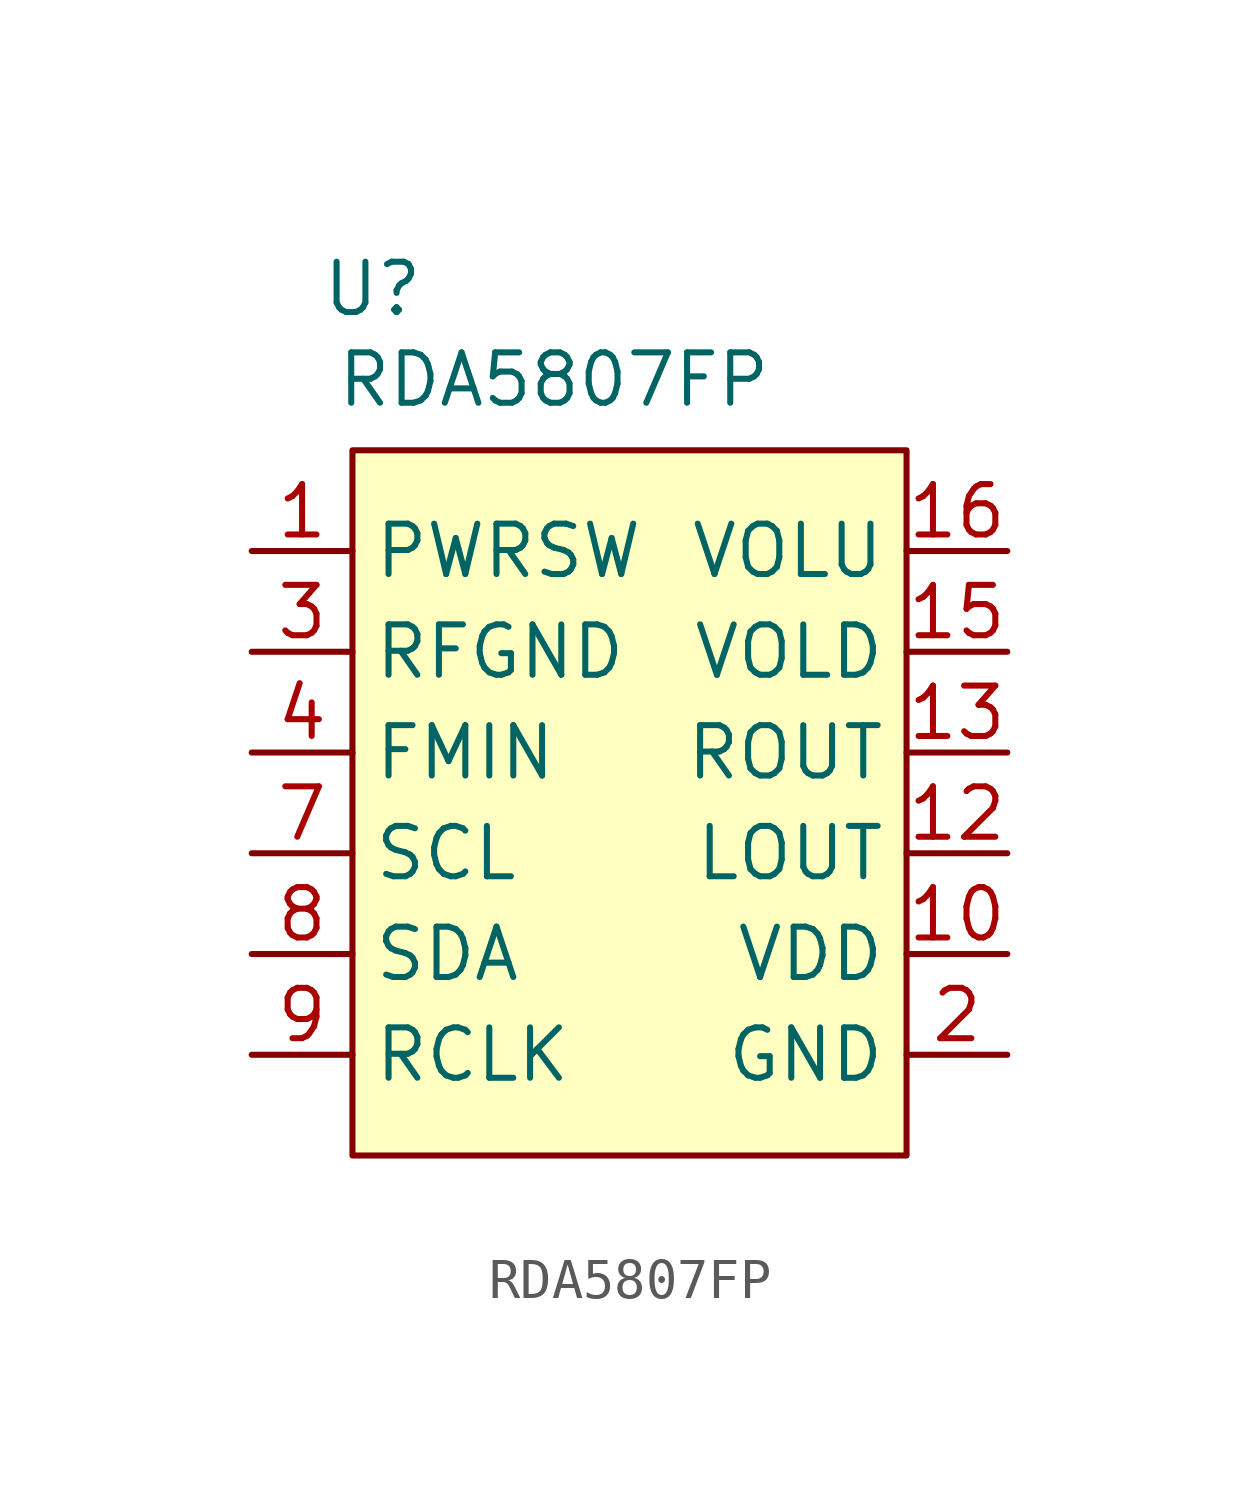
<source format=kicad_sym>
(kicad_symbol_lib
  (version 20231120)
  (generator "kicad_symbol_editor")
  (generator_version "8.0")
  (symbol "RDA5807FP"
    (property "Reference" "U"
      (at -5.842 12.954 0)
      (effects (font (size 1.27 1.27))))
    (property "Value" "RDA5807FP"
      (at -1.27 10.668 0)
      (effects (font (size 1.27 1.27))))
    (symbol "RDA5807FP_1_1"
      (rectangle (start -6.35 8.89) (end 7.62 -8.89) (stroke (width 0) (type default)) (fill (type background)))
      (pin bidirectional line (at -8.89 6.35 0) (length 2.54) (name "PWRSW" (effects (font (size 1.27 1.27)))) (number "1" (effects (font (size 1.27 1.27)))))
      (pin power_in line (at 10.16 -3.81 180) (length 2.54) (name "VDD" (effects (font (size 1.27 1.27)))) (number "10" (effects (font (size 1.27 1.27)))))
      (pin power_in line (at 10.16 -6.35 180) (length 2.54) hide (name "GND" (effects (font (size 1.27 1.27)))) (number "11" (effects (font (size 1.27 1.27)))))
      (pin bidirectional line (at 10.16 -1.27 180) (length 2.54) (name "LOUT" (effects (font (size 1.27 1.27)))) (number "12" (effects (font (size 1.27 1.27)))))
      (pin bidirectional line (at 10.16 1.27 180) (length 2.54) (name "ROUT" (effects (font (size 1.27 1.27)))) (number "13" (effects (font (size 1.27 1.27)))))
      (pin power_in line (at 10.16 -6.35 180) (length 2.54) hide (name "GND" (effects (font (size 1.27 1.27)))) (number "14" (effects (font (size 1.27 1.27)))))
      (pin bidirectional line (at 10.16 3.81 180) (length 2.54) (name "VOLD" (effects (font (size 1.27 1.27)))) (number "15" (effects (font (size 1.27 1.27)))))
      (pin bidirectional line (at 10.16 6.35 180) (length 2.54) (name "VOLU" (effects (font (size 1.27 1.27)))) (number "16" (effects (font (size 1.27 1.27)))))
      (pin power_in line (at 10.16 -6.35 180) (length 2.54) (name "GND" (effects (font (size 1.27 1.27)))) (number "2" (effects (font (size 1.27 1.27)))))
      (pin power_in line (at -8.89 3.81 0) (length 2.54) (name "RFGND" (effects (font (size 1.27 1.27)))) (number "3" (effects (font (size 1.27 1.27)))))
      (pin bidirectional line (at -8.89 1.27 0) (length 2.54) (name "FMIN" (effects (font (size 1.27 1.27)))) (number "4" (effects (font (size 1.27 1.27)))))
      (pin power_in line (at 10.16 -6.35 180) (length 2.54) hide (name "GND" (effects (font (size 1.27 1.27)))) (number "5" (effects (font (size 1.27 1.27)))))
      (pin power_in line (at 10.16 -6.35 180) (length 2.54) hide (name "GND" (effects (font (size 1.27 1.27)))) (number "6" (effects (font (size 1.27 1.27)))))
      (pin bidirectional line (at -8.89 -1.27 0) (length 2.54) (name "SCL" (effects (font (size 1.27 1.27)))) (number "7" (effects (font (size 1.27 1.27)))))
      (pin bidirectional line (at -8.89 -3.81 0) (length 2.54) (name "SDA" (effects (font (size 1.27 1.27)))) (number "8" (effects (font (size 1.27 1.27)))))
      (pin bidirectional line (at -8.89 -6.35 0) (length 2.54) (name "RCLK" (effects (font (size 1.27 1.27)))) (number "9" (effects (font (size 1.27 1.27))))))))
</source>
